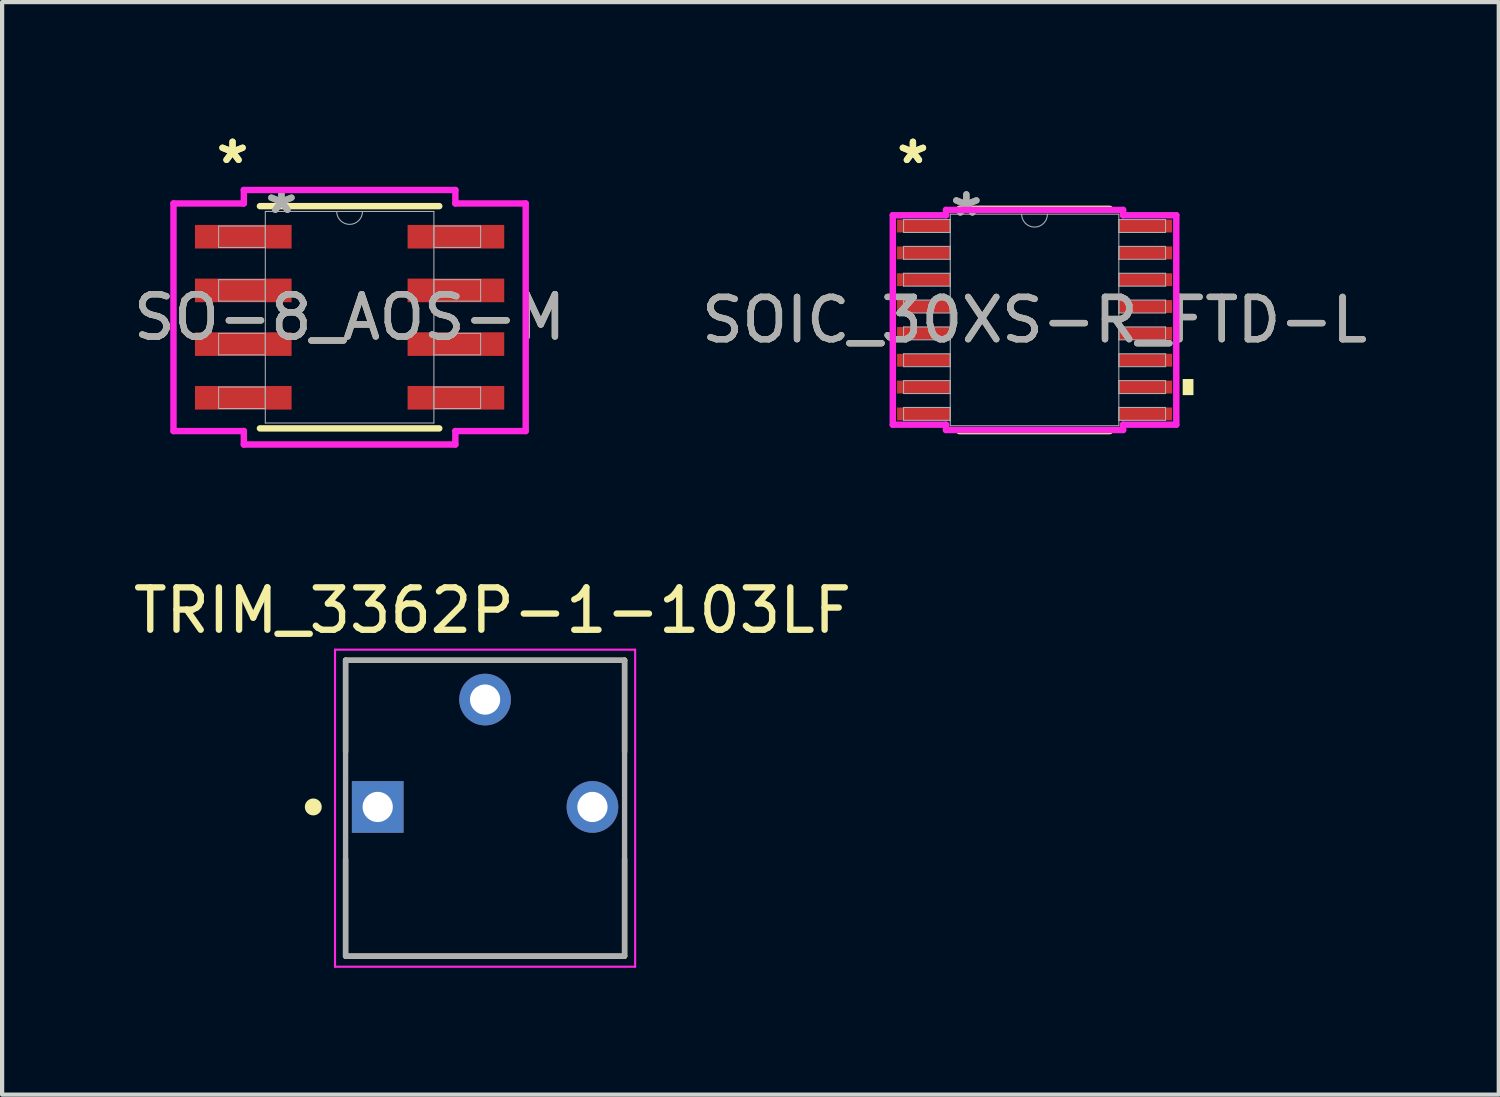
<source format=kicad_pcb>
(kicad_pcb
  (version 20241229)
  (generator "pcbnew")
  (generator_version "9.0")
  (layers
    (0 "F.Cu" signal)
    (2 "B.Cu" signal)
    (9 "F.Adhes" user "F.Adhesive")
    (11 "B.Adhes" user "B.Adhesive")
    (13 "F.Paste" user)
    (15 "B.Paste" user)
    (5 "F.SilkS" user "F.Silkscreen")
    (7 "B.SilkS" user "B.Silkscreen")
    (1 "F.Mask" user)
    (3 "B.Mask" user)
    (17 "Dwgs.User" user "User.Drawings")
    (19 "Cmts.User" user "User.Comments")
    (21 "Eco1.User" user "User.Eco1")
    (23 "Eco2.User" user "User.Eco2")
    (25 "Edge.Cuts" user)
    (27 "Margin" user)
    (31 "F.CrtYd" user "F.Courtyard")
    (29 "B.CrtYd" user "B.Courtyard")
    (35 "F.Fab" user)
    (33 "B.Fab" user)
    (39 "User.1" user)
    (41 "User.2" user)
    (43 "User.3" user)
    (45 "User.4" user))
  (footprint "SOIC_30XS-R_FTD-L"
    (layer "F.Cu")
    (at 21.423 4.519)
    (property "Reference" "SOIC_30XS-R_FTD-L" (at 0 0 0) (unlocked yes) (layer "F.SilkS") (effects (font (size 1 1) (thickness 0.15))))
    (attr smd)
    (fp_line (start -1.779 2.629) (end 1.779 2.629) (stroke (width 0.152) (type solid)) (layer "F.SilkS"))
    (fp_line (start 1.779 -2.629) (end -1.779 -2.629) (stroke (width 0.152) (type solid)) (layer "F.SilkS"))
    (fp_poly (pts (xy 3.759 1.397) (xy 3.759 1.778) (xy 3.505 1.778) (xy 3.505 1.397)) (stroke (width 0) (type solid)) (fill yes) (layer "F.SilkS"))
    (fp_line (start -3.353 -2.477) (end -2.095 -2.477) (stroke (width 0.152) (type solid)) (layer "F.CrtYd"))
    (fp_line (start -3.353 2.477) (end -3.353 -2.477) (stroke (width 0.152) (type solid)) (layer "F.CrtYd"))
    (fp_line (start -3.353 2.477) (end -2.095 2.477) (stroke (width 0.152) (type solid)) (layer "F.CrtYd"))
    (fp_line (start -2.095 -2.603) (end 2.095 -2.603) (stroke (width 0.152) (type solid)) (layer "F.CrtYd"))
    (fp_line (start -2.095 -2.477) (end -2.095 -2.603) (stroke (width 0.152) (type solid)) (layer "F.CrtYd"))
    (fp_line (start -2.095 2.603) (end -2.095 2.477) (stroke (width 0.152) (type solid)) (layer "F.CrtYd"))
    (fp_line (start 2.095 -2.603) (end 2.095 -2.477) (stroke (width 0.152) (type solid)) (layer "F.CrtYd"))
    (fp_line (start 2.095 2.477) (end 2.095 2.603) (stroke (width 0.152) (type solid)) (layer "F.CrtYd"))
    (fp_line (start 2.095 2.603) (end -2.095 2.603) (stroke (width 0.152) (type solid)) (layer "F.CrtYd"))
    (fp_line (start 3.353 -2.477) (end 2.095 -2.477) (stroke (width 0.152) (type solid)) (layer "F.CrtYd"))
    (fp_line (start 3.353 -2.477) (end 3.353 2.477) (stroke (width 0.152) (type solid)) (layer "F.CrtYd"))
    (fp_line (start 3.353 2.477) (end 2.095 2.477) (stroke (width 0.152) (type solid)) (layer "F.CrtYd"))
    (fp_line (start -3.099 -2.375) (end -3.099 -2.07) (stroke (width 0.025) (type solid)) (layer "F.Fab"))
    (fp_line (start -3.099 -2.07) (end -1.994 -2.07) (stroke (width 0.025) (type solid)) (layer "F.Fab"))
    (fp_line (start -3.099 -1.74) (end -3.099 -1.435) (stroke (width 0.025) (type solid)) (layer "F.Fab"))
    (fp_line (start -3.099 -1.435) (end -1.994 -1.435) (stroke (width 0.025) (type solid)) (layer "F.Fab"))
    (fp_line (start -3.099 -1.105) (end -3.099 -0.8) (stroke (width 0.025) (type solid)) (layer "F.Fab"))
    (fp_line (start -3.099 -0.8) (end -1.994 -0.8) (stroke (width 0.025) (type solid)) (layer "F.Fab"))
    (fp_line (start -3.099 -0.47) (end -3.099 -0.165) (stroke (width 0.025) (type solid)) (layer "F.Fab"))
    (fp_line (start -3.099 -0.165) (end -1.994 -0.165) (stroke (width 0.025) (type solid)) (layer "F.Fab"))
    (fp_line (start -3.099 0.165) (end -3.099 0.47) (stroke (width 0.025) (type solid)) (layer "F.Fab"))
    (fp_line (start -3.099 0.47) (end -1.994 0.47) (stroke (width 0.025) (type solid)) (layer "F.Fab"))
    (fp_line (start -3.099 0.8) (end -3.099 1.105) (stroke (width 0.025) (type solid)) (layer "F.Fab"))
    (fp_line (start -3.099 1.105) (end -1.994 1.105) (stroke (width 0.025) (type solid)) (layer "F.Fab"))
    (fp_line (start -3.099 1.435) (end -3.099 1.74) (stroke (width 0.025) (type solid)) (layer "F.Fab"))
    (fp_line (start -3.099 1.74) (end -1.994 1.74) (stroke (width 0.025) (type solid)) (layer "F.Fab"))
    (fp_line (start -3.099 2.07) (end -3.099 2.375) (stroke (width 0.025) (type solid)) (layer "F.Fab"))
    (fp_line (start -3.099 2.375) (end -1.994 2.375) (stroke (width 0.025) (type solid)) (layer "F.Fab"))
    (fp_line (start -1.994 -2.502) (end -1.994 2.502) (stroke (width 0.025) (type solid)) (layer "F.Fab"))
    (fp_line (start -1.994 -2.375) (end -3.099 -2.375) (stroke (width 0.025) (type solid)) (layer "F.Fab"))
    (fp_line (start -1.994 -2.07) (end -1.994 -2.375) (stroke (width 0.025) (type solid)) (layer "F.Fab"))
    (fp_line (start -1.994 -1.74) (end -3.099 -1.74) (stroke (width 0.025) (type solid)) (layer "F.Fab"))
    (fp_line (start -1.994 -1.435) (end -1.994 -1.74) (stroke (width 0.025) (type solid)) (layer "F.Fab"))
    (fp_line (start -1.994 -1.105) (end -3.099 -1.105) (stroke (width 0.025) (type solid)) (layer "F.Fab"))
    (fp_line (start -1.994 -0.8) (end -1.994 -1.105) (stroke (width 0.025) (type solid)) (layer "F.Fab"))
    (fp_line (start -1.994 -0.47) (end -3.099 -0.47) (stroke (width 0.025) (type solid)) (layer "F.Fab"))
    (fp_line (start -1.994 -0.165) (end -1.994 -0.47) (stroke (width 0.025) (type solid)) (layer "F.Fab"))
    (fp_line (start -1.994 0.165) (end -3.099 0.165) (stroke (width 0.025) (type solid)) (layer "F.Fab"))
    (fp_line (start -1.994 0.47) (end -1.994 0.165) (stroke (width 0.025) (type solid)) (layer "F.Fab"))
    (fp_line (start -1.994 0.8) (end -3.099 0.8) (stroke (width 0.025) (type solid)) (layer "F.Fab"))
    (fp_line (start -1.994 1.105) (end -1.994 0.8) (stroke (width 0.025) (type solid)) (layer "F.Fab"))
    (fp_line (start -1.994 1.435) (end -3.099 1.435) (stroke (width 0.025) (type solid)) (layer "F.Fab"))
    (fp_line (start -1.994 1.74) (end -1.994 1.435) (stroke (width 0.025) (type solid)) (layer "F.Fab"))
    (fp_line (start -1.994 2.07) (end -3.099 2.07) (stroke (width 0.025) (type solid)) (layer "F.Fab"))
    (fp_line (start -1.994 2.375) (end -1.994 2.07) (stroke (width 0.025) (type solid)) (layer "F.Fab"))
    (fp_line (start -1.994 2.502) (end 1.994 2.502) (stroke (width 0.025) (type solid)) (layer "F.Fab"))
    (fp_line (start 1.994 -2.502) (end -1.994 -2.502) (stroke (width 0.025) (type solid)) (layer "F.Fab"))
    (fp_line (start 1.994 -2.375) (end 1.994 -2.07) (stroke (width 0.025) (type solid)) (layer "F.Fab"))
    (fp_line (start 1.994 -2.07) (end 3.099 -2.07) (stroke (width 0.025) (type solid)) (layer "F.Fab"))
    (fp_line (start 1.994 -1.74) (end 1.994 -1.435) (stroke (width 0.025) (type solid)) (layer "F.Fab"))
    (fp_line (start 1.994 -1.435) (end 3.099 -1.435) (stroke (width 0.025) (type solid)) (layer "F.Fab"))
    (fp_line (start 1.994 -1.105) (end 1.994 -0.8) (stroke (width 0.025) (type solid)) (layer "F.Fab"))
    (fp_line (start 1.994 -0.8) (end 3.099 -0.8) (stroke (width 0.025) (type solid)) (layer "F.Fab"))
    (fp_line (start 1.994 -0.47) (end 1.994 -0.165) (stroke (width 0.025) (type solid)) (layer "F.Fab"))
    (fp_line (start 1.994 -0.165) (end 3.099 -0.165) (stroke (width 0.025) (type solid)) (layer "F.Fab"))
    (fp_line (start 1.994 0.165) (end 1.994 0.47) (stroke (width 0.025) (type solid)) (layer "F.Fab"))
    (fp_line (start 1.994 0.47) (end 3.099 0.47) (stroke (width 0.025) (type solid)) (layer "F.Fab"))
    (fp_line (start 1.994 0.8) (end 1.994 1.105) (stroke (width 0.025) (type solid)) (layer "F.Fab"))
    (fp_line (start 1.994 1.105) (end 3.099 1.105) (stroke (width 0.025) (type solid)) (layer "F.Fab"))
    (fp_line (start 1.994 1.435) (end 1.994 1.74) (stroke (width 0.025) (type solid)) (layer "F.Fab"))
    (fp_line (start 1.994 1.74) (end 3.099 1.74) (stroke (width 0.025) (type solid)) (layer "F.Fab"))
    (fp_line (start 1.994 2.07) (end 1.994 2.375) (stroke (width 0.025) (type solid)) (layer "F.Fab"))
    (fp_line (start 1.994 2.375) (end 3.099 2.375) (stroke (width 0.025) (type solid)) (layer "F.Fab"))
    (fp_line (start 1.994 2.502) (end 1.994 -2.502) (stroke (width 0.025) (type solid)) (layer "F.Fab"))
    (fp_line (start 3.099 -2.375) (end 1.994 -2.375) (stroke (width 0.025) (type solid)) (layer "F.Fab"))
    (fp_line (start 3.099 -2.07) (end 3.099 -2.375) (stroke (width 0.025) (type solid)) (layer "F.Fab"))
    (fp_line (start 3.099 -1.74) (end 1.994 -1.74) (stroke (width 0.025) (type solid)) (layer "F.Fab"))
    (fp_line (start 3.099 -1.435) (end 3.099 -1.74) (stroke (width 0.025) (type solid)) (layer "F.Fab"))
    (fp_line (start 3.099 -1.105) (end 1.994 -1.105) (stroke (width 0.025) (type solid)) (layer "F.Fab"))
    (fp_line (start 3.099 -0.8) (end 3.099 -1.105) (stroke (width 0.025) (type solid)) (layer "F.Fab"))
    (fp_line (start 3.099 -0.47) (end 1.994 -0.47) (stroke (width 0.025) (type solid)) (layer "F.Fab"))
    (fp_line (start 3.099 -0.165) (end 3.099 -0.47) (stroke (width 0.025) (type solid)) (layer "F.Fab"))
    (fp_line (start 3.099 0.165) (end 1.994 0.165) (stroke (width 0.025) (type solid)) (layer "F.Fab"))
    (fp_line (start 3.099 0.47) (end 3.099 0.165) (stroke (width 0.025) (type solid)) (layer "F.Fab"))
    (fp_line (start 3.099 0.8) (end 1.994 0.8) (stroke (width 0.025) (type solid)) (layer "F.Fab"))
    (fp_line (start 3.099 1.105) (end 3.099 0.8) (stroke (width 0.025) (type solid)) (layer "F.Fab"))
    (fp_line (start 3.099 1.435) (end 1.994 1.435) (stroke (width 0.025) (type solid)) (layer "F.Fab"))
    (fp_line (start 3.099 1.74) (end 3.099 1.435) (stroke (width 0.025) (type solid)) (layer "F.Fab"))
    (fp_line (start 3.099 2.07) (end 1.994 2.07) (stroke (width 0.025) (type solid)) (layer "F.Fab"))
    (fp_line (start 3.099 2.375) (end 3.099 2.07) (stroke (width 0.025) (type solid)) (layer "F.Fab"))
    (fp_arc (start 0.3048 -2.5019) (mid 0 -2.1971) (end -0.3048 -2.5019) (stroke (width 0.0254) (type solid)) (layer "F.Fab"))
    (fp_text user "*" (at -2.877 -3.67 0) (layer "F.SilkS") (effects (font (size 1 1) (thickness 0.15))))
    (fp_text user "*" (at -2.877 -3.67 0) (unlocked yes) (layer "F.SilkS") (effects (font (size 1 1) (thickness 0.15))))
    (fp_text user "*" (at -1.613 -2.426 0) (unlocked yes) (layer "F.Fab") (effects (font (size 1 1) (thickness 0.15))))
    (fp_text user "*" (at -1.613 -2.426 0) (layer "F.Fab") (effects (font (size 1 1) (thickness 0.15))))
    (fp_text user "${REFERENCE}" (at 0 0 0) (unlocked yes) (layer "F.Fab") (effects (font (size 1 1) (thickness 0.15))))
    (pad "1" smd rect (at -2.623 -2.223) (size 1.257 0.305) (layers "F.Cu" "F.Mask" "F.Paste"))
    (pad "2" smd rect (at -2.623 -1.587) (size 1.257 0.305) (layers "F.Cu" "F.Mask" "F.Paste"))
    (pad "3" smd rect (at -2.623 -0.953) (size 1.257 0.305) (layers "F.Cu" "F.Mask" "F.Paste"))
    (pad "4" smd rect (at -2.623 -0.318) (size 1.257 0.305) (layers "F.Cu" "F.Mask" "F.Paste"))
    (pad "5" smd rect (at -2.623 0.318) (size 1.257 0.305) (layers "F.Cu" "F.Mask" "F.Paste"))
    (pad "6" smd rect (at -2.623 0.953) (size 1.257 0.305) (layers "F.Cu" "F.Mask" "F.Paste"))
    (pad "7" smd rect (at -2.623 1.587) (size 1.257 0.305) (layers "F.Cu" "F.Mask" "F.Paste"))
    (pad "8" smd rect (at -2.623 2.223) (size 1.257 0.305) (layers "F.Cu" "F.Mask" "F.Paste"))
    (pad "9" smd rect (at 2.623 2.223) (size 1.257 0.305) (layers "F.Cu" "F.Mask" "F.Paste"))
    (pad "10" smd rect (at 2.623 1.587) (size 1.257 0.305) (layers "F.Cu" "F.Mask" "F.Paste"))
    (pad "11" smd rect (at 2.623 0.953) (size 1.257 0.305) (layers "F.Cu" "F.Mask" "F.Paste"))
    (pad "12" smd rect (at 2.623 0.318) (size 1.257 0.305) (layers "F.Cu" "F.Mask" "F.Paste"))
    (pad "13" smd rect (at 2.623 -0.318) (size 1.257 0.305) (layers "F.Cu" "F.Mask" "F.Paste"))
    (pad "14" smd rect (at 2.623 -0.953) (size 1.257 0.305) (layers "F.Cu" "F.Mask" "F.Paste"))
    (pad "15" smd rect (at 2.623 -1.587) (size 1.257 0.305) (layers "F.Cu" "F.Mask" "F.Paste"))
    (pad "16" smd rect (at 2.623 -2.223) (size 1.257 0.305) (layers "F.Cu" "F.Mask" "F.Paste")))
  (footprint "SO-8_AOS-M"
    (layer "F.Cu")
    (at 5.22 4.455)
    (property "Reference" "SO-8_AOS-M" (at 0 0 0) (unlocked yes) (layer "F.SilkS") (effects (font (size 1 1) (thickness 0.15))))
    (attr smd)
    (fp_line (start -2.121 2.629) (end 2.121 2.629) (stroke (width 0.152) (type solid)) (layer "F.SilkS"))
    (fp_line (start 2.121 -2.629) (end -2.121 -2.629) (stroke (width 0.152) (type solid)) (layer "F.SilkS"))
    (fp_line (start -4.166 -2.692) (end -2.502 -2.692) (stroke (width 0.152) (type solid)) (layer "F.CrtYd"))
    (fp_line (start -4.166 2.692) (end -4.166 -2.692) (stroke (width 0.152) (type solid)) (layer "F.CrtYd"))
    (fp_line (start -4.166 2.692) (end -2.502 2.692) (stroke (width 0.152) (type solid)) (layer "F.CrtYd"))
    (fp_line (start -2.502 -3.01) (end 2.502 -3.01) (stroke (width 0.152) (type solid)) (layer "F.CrtYd"))
    (fp_line (start -2.502 -2.692) (end -2.502 -3.01) (stroke (width 0.152) (type solid)) (layer "F.CrtYd"))
    (fp_line (start -2.502 3.01) (end -2.502 2.692) (stroke (width 0.152) (type solid)) (layer "F.CrtYd"))
    (fp_line (start 2.502 -3.01) (end 2.502 -2.692) (stroke (width 0.152) (type solid)) (layer "F.CrtYd"))
    (fp_line (start 2.502 2.692) (end 2.502 3.01) (stroke (width 0.152) (type solid)) (layer "F.CrtYd"))
    (fp_line (start 2.502 3.01) (end -2.502 3.01) (stroke (width 0.152) (type solid)) (layer "F.CrtYd"))
    (fp_line (start 4.166 -2.692) (end 2.502 -2.692) (stroke (width 0.152) (type solid)) (layer "F.CrtYd"))
    (fp_line (start 4.166 -2.692) (end 4.166 2.692) (stroke (width 0.152) (type solid)) (layer "F.CrtYd"))
    (fp_line (start 4.166 2.692) (end 2.502 2.692) (stroke (width 0.152) (type solid)) (layer "F.CrtYd"))
    (fp_line (start -3.099 -2.159) (end -3.099 -1.651) (stroke (width 0.025) (type solid)) (layer "F.Fab"))
    (fp_line (start -3.099 -1.651) (end -1.994 -1.651) (stroke (width 0.025) (type solid)) (layer "F.Fab"))
    (fp_line (start -3.099 -0.889) (end -3.099 -0.381) (stroke (width 0.025) (type solid)) (layer "F.Fab"))
    (fp_line (start -3.099 -0.381) (end -1.994 -0.381) (stroke (width 0.025) (type solid)) (layer "F.Fab"))
    (fp_line (start -3.099 0.381) (end -3.099 0.889) (stroke (width 0.025) (type solid)) (layer "F.Fab"))
    (fp_line (start -3.099 0.889) (end -1.994 0.889) (stroke (width 0.025) (type solid)) (layer "F.Fab"))
    (fp_line (start -3.099 1.651) (end -3.099 2.159) (stroke (width 0.025) (type solid)) (layer "F.Fab"))
    (fp_line (start -3.099 2.159) (end -1.994 2.159) (stroke (width 0.025) (type solid)) (layer "F.Fab"))
    (fp_line (start -1.994 -2.502) (end -1.994 2.502) (stroke (width 0.025) (type solid)) (layer "F.Fab"))
    (fp_line (start -1.994 -2.159) (end -3.099 -2.159) (stroke (width 0.025) (type solid)) (layer "F.Fab"))
    (fp_line (start -1.994 -1.651) (end -1.994 -2.159) (stroke (width 0.025) (type solid)) (layer "F.Fab"))
    (fp_line (start -1.994 -0.889) (end -3.099 -0.889) (stroke (width 0.025) (type solid)) (layer "F.Fab"))
    (fp_line (start -1.994 -0.381) (end -1.994 -0.889) (stroke (width 0.025) (type solid)) (layer "F.Fab"))
    (fp_line (start -1.994 0.381) (end -3.099 0.381) (stroke (width 0.025) (type solid)) (layer "F.Fab"))
    (fp_line (start -1.994 0.889) (end -1.994 0.381) (stroke (width 0.025) (type solid)) (layer "F.Fab"))
    (fp_line (start -1.994 1.651) (end -3.099 1.651) (stroke (width 0.025) (type solid)) (layer "F.Fab"))
    (fp_line (start -1.994 2.159) (end -1.994 1.651) (stroke (width 0.025) (type solid)) (layer "F.Fab"))
    (fp_line (start -1.994 2.502) (end 1.994 2.502) (stroke (width 0.025) (type solid)) (layer "F.Fab"))
    (fp_line (start 1.994 -2.502) (end -1.994 -2.502) (stroke (width 0.025) (type solid)) (layer "F.Fab"))
    (fp_line (start 1.994 -2.159) (end 1.994 -1.651) (stroke (width 0.025) (type solid)) (layer "F.Fab"))
    (fp_line (start 1.994 -1.651) (end 3.099 -1.651) (stroke (width 0.025) (type solid)) (layer "F.Fab"))
    (fp_line (start 1.994 -0.889) (end 1.994 -0.381) (stroke (width 0.025) (type solid)) (layer "F.Fab"))
    (fp_line (start 1.994 -0.381) (end 3.099 -0.381) (stroke (width 0.025) (type solid)) (layer "F.Fab"))
    (fp_line (start 1.994 0.381) (end 1.994 0.889) (stroke (width 0.025) (type solid)) (layer "F.Fab"))
    (fp_line (start 1.994 0.889) (end 3.099 0.889) (stroke (width 0.025) (type solid)) (layer "F.Fab"))
    (fp_line (start 1.994 1.651) (end 1.994 2.159) (stroke (width 0.025) (type solid)) (layer "F.Fab"))
    (fp_line (start 1.994 2.159) (end 3.099 2.159) (stroke (width 0.025) (type solid)) (layer "F.Fab"))
    (fp_line (start 1.994 2.502) (end 1.994 -2.502) (stroke (width 0.025) (type solid)) (layer "F.Fab"))
    (fp_line (start 3.099 -2.159) (end 1.994 -2.159) (stroke (width 0.025) (type solid)) (layer "F.Fab"))
    (fp_line (start 3.099 -1.651) (end 3.099 -2.159) (stroke (width 0.025) (type solid)) (layer "F.Fab"))
    (fp_line (start 3.099 -0.889) (end 1.994 -0.889) (stroke (width 0.025) (type solid)) (layer "F.Fab"))
    (fp_line (start 3.099 -0.381) (end 3.099 -0.889) (stroke (width 0.025) (type solid)) (layer "F.Fab"))
    (fp_line (start 3.099 0.381) (end 1.994 0.381) (stroke (width 0.025) (type solid)) (layer "F.Fab"))
    (fp_line (start 3.099 0.889) (end 3.099 0.381) (stroke (width 0.025) (type solid)) (layer "F.Fab"))
    (fp_line (start 3.099 1.651) (end 1.994 1.651) (stroke (width 0.025) (type solid)) (layer "F.Fab"))
    (fp_line (start 3.099 2.159) (end 3.099 1.651) (stroke (width 0.025) (type solid)) (layer "F.Fab"))
    (fp_arc (start 0.3048 -2.5019) (mid 0 -2.1971) (end -0.3048 -2.5019) (stroke (width 0.0254) (type solid)) (layer "F.Fab"))
    (fp_text user "*" (at -2.769 -3.607 0) (layer "F.SilkS") (effects (font (size 1 1) (thickness 0.15))))
    (fp_text user "*" (at -2.769 -3.607 0) (unlocked yes) (layer "F.SilkS") (effects (font (size 1 1) (thickness 0.15))))
    (fp_text user "${REFERENCE}" (at 0 0 0) (unlocked yes) (layer "F.Fab") (effects (font (size 1 1) (thickness 0.15))))
    (fp_text user "*" (at -1.613 -2.426 0) (unlocked yes) (layer "F.Fab") (effects (font (size 1 1) (thickness 0.15))))
    (fp_text user "*" (at -1.613 -2.426 0) (layer "F.Fab") (effects (font (size 1 1) (thickness 0.15))))
    (pad "1" smd rect (at -2.515 -1.905) (size 2.286 0.559) (layers "F.Cu" "F.Mask" "F.Paste"))
    (pad "2" smd rect (at -2.515 -0.635) (size 2.286 0.559) (layers "F.Cu" "F.Mask" "F.Paste"))
    (pad "3" smd rect (at -2.515 0.635) (size 2.286 0.559) (layers "F.Cu" "F.Mask" "F.Paste"))
    (pad "4" smd rect (at -2.515 1.905) (size 2.286 0.559) (layers "F.Cu" "F.Mask" "F.Paste"))
    (pad "5" smd rect (at 2.515 1.905) (size 2.286 0.559) (layers "F.Cu" "F.Mask" "F.Paste"))
    (pad "6" smd rect (at 2.515 0.635) (size 2.286 0.559) (layers "F.Cu" "F.Mask" "F.Paste"))
    (pad "7" smd rect (at 2.515 -0.635) (size 2.286 0.559) (layers "F.Cu" "F.Mask" "F.Paste"))
    (pad "8" smd rect (at 2.515 -1.905) (size 2.286 0.559) (layers "F.Cu" "F.Mask" "F.Paste")))
  (footprint "TRIM_3362P-1-103LF"
    (layer "F.Cu")
    (at 8.425 16.039)
    (property "Reference" "TRIM_3362P-1-103LF" (at 0.175 -4.648 0) (layer "F.SilkS") (effects (font (size 1.003 1.003) (thickness 0.15))))
    (attr through_hole)
    (fp_line (start -3.3 -3.47) (end 3.3 -3.47) (stroke (width 0.127) (type solid)) (layer "F.SilkS"))
    (fp_line (start -3.3 -1.305) (end -3.3 -3.47) (stroke (width 0.127) (type solid)) (layer "F.SilkS"))
    (fp_line (start -3.3 3.52) (end -3.3 1.235) (stroke (width 0.127) (type solid)) (layer "F.SilkS"))
    (fp_line (start 3.3 -3.47) (end 3.3 -1.305) (stroke (width 0.127) (type solid)) (layer "F.SilkS"))
    (fp_line (start 3.3 1.235) (end 3.3 3.52) (stroke (width 0.127) (type solid)) (layer "F.SilkS"))
    (fp_line (start 3.3 3.53) (end -3.3 3.53) (stroke (width 0.127) (type solid)) (layer "F.SilkS"))
    (fp_circle (center -4.064 0) (end -3.964 0) (stroke (width 0.2) (type solid)) (fill no) (layer "F.SilkS"))
    (fp_line (start -3.55 -3.72) (end 3.55 -3.72) (stroke (width 0.05) (type solid)) (layer "F.CrtYd"))
    (fp_line (start -3.55 3.78) (end -3.55 -3.72) (stroke (width 0.05) (type solid)) (layer "F.CrtYd"))
    (fp_line (start 3.55 -3.72) (end 3.55 3.78) (stroke (width 0.05) (type solid)) (layer "F.CrtYd"))
    (fp_line (start 3.55 3.78) (end -3.55 3.78) (stroke (width 0.05) (type solid)) (layer "F.CrtYd"))
    (fp_line (start -3.3 -3.47) (end 3.3 -3.47) (stroke (width 0.127) (type solid)) (layer "F.Fab"))
    (fp_line (start -3.3 3.53) (end -3.3 -3.47) (stroke (width 0.127) (type solid)) (layer "F.Fab"))
    (fp_line (start 3.3 -3.47) (end 3.3 3.53) (stroke (width 0.127) (type solid)) (layer "F.Fab"))
    (fp_line (start 3.3 3.53) (end -3.3 3.53) (stroke (width 0.127) (type solid)) (layer "F.Fab"))
    (pad "1" thru_hole rect (at -2.54 0) (size 1.222 1.222) (drill 0.714) (layers "*.Cu" "*.Mask"))
    (pad "2" thru_hole circle (at 0 -2.54) (size 1.222 1.222) (drill 0.714) (layers "*.Cu" "*.Mask"))
    (pad "3" thru_hole circle (at 2.54 0) (size 1.222 1.222) (drill 0.714) (layers "*.Cu" "*.Mask")))
  (gr_rect
    (start -3 -3)
    (end 32.405 22.844)
    (stroke (width 0.1) (type default))
    (fill no)
    (layer "Edge.Cuts")))
</source>
